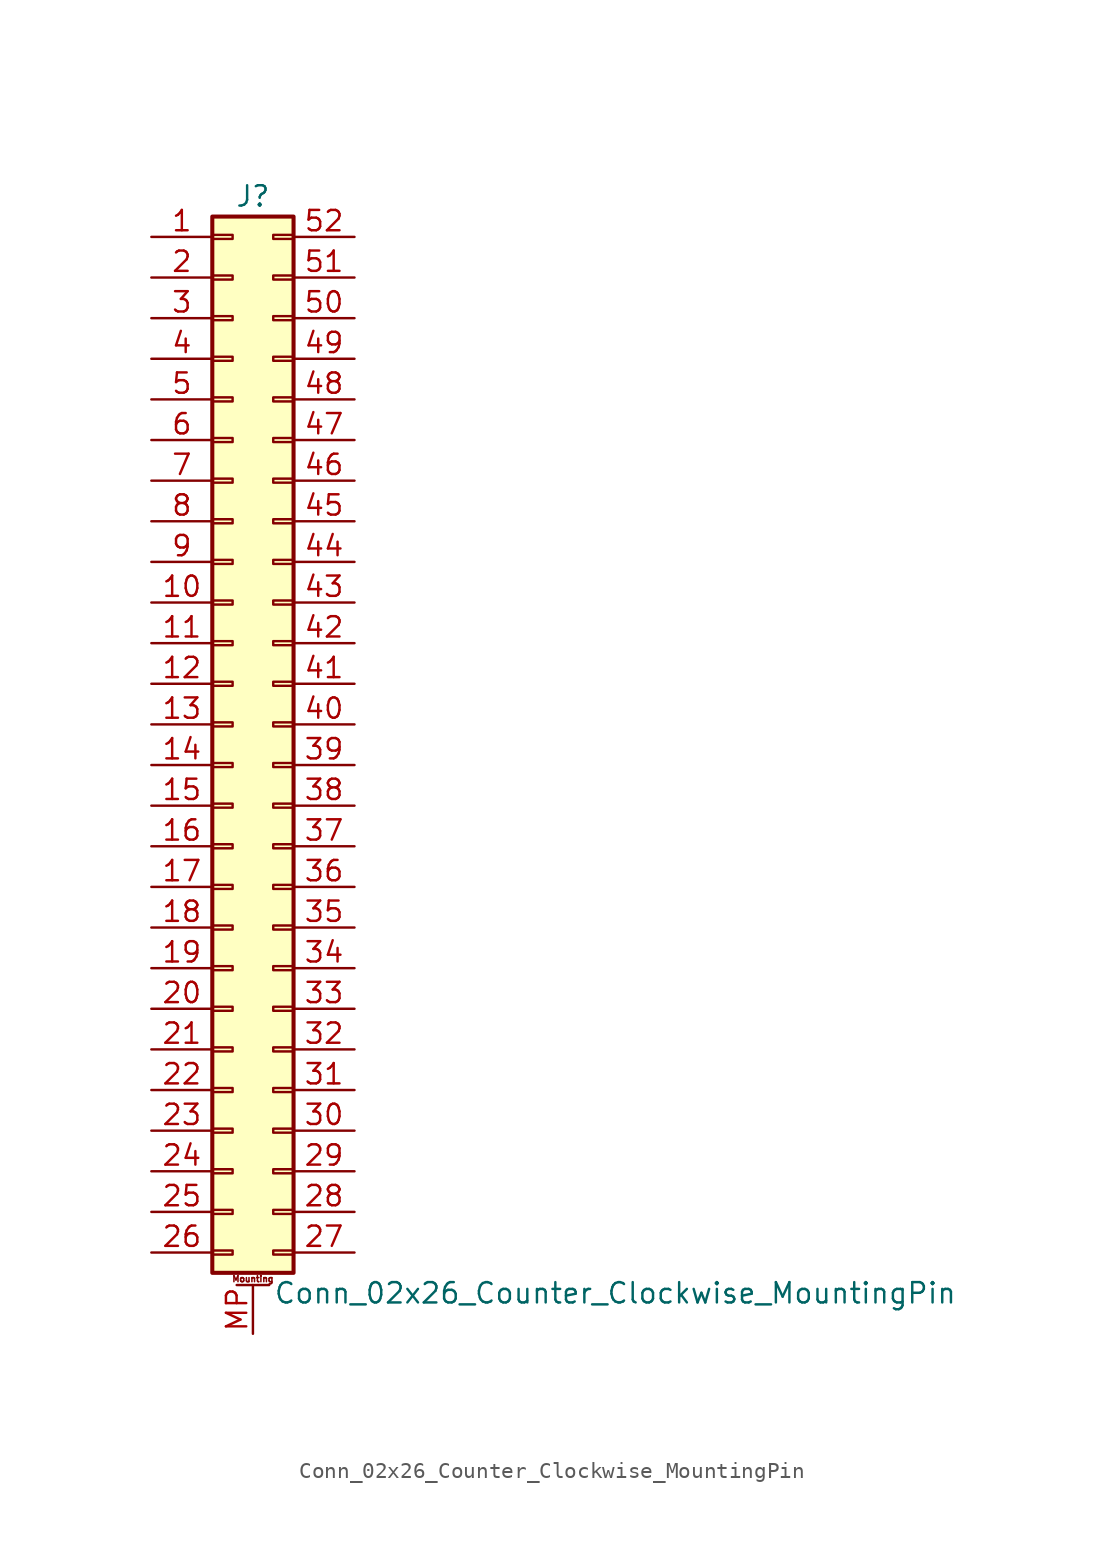
<source format=kicad_sym>
(kicad_symbol_lib
  (version 20201005)
  (generator kicad_symbol_editor)
  (symbol "Conn_02x26_Counter_Clockwise_MountingPin"
    (pin_names
      (offset 1.016) hide)
    (property "Reference" "J"
      (at 1.27 33.02 0)
      (effects (font (size 1.27 1.27))))
    (property "Value" "Conn_02x26_Counter_Clockwise_MountingPin"
      (at 2.54 -35.56 0)
      (effects (font (size 1.27 1.27)) (justify left)))
    (symbol "Conn_02x26_Counter_Clockwise_MountingPin_1_1"
      (text "Mounting" (at 1.27 -34.671 0) (effects (font (size 0.381 0.381))))
      (rectangle (start -1.27 -32.893) (end 0 -33.147) (stroke (width 0.152)) (fill (type none)))
      (rectangle (start -1.27 -30.353) (end 0 -30.607) (stroke (width 0.152)) (fill (type none)))
      (rectangle (start -1.27 -27.813) (end 0 -28.067) (stroke (width 0.152)) (fill (type none)))
      (rectangle (start -1.27 -25.273) (end 0 -25.527) (stroke (width 0.152)) (fill (type none)))
      (rectangle (start -1.27 -22.733) (end 0 -22.987) (stroke (width 0.152)) (fill (type none)))
      (rectangle (start -1.27 -20.193) (end 0 -20.447) (stroke (width 0.152)) (fill (type none)))
      (rectangle (start -1.27 -17.653) (end 0 -17.907) (stroke (width 0.152)) (fill (type none)))
      (rectangle (start -1.27 -15.113) (end 0 -15.367) (stroke (width 0.152)) (fill (type none)))
      (rectangle (start -1.27 -12.573) (end 0 -12.827) (stroke (width 0.152)) (fill (type none)))
      (rectangle (start -1.27 -10.033) (end 0 -10.287) (stroke (width 0.152)) (fill (type none)))
      (rectangle (start -1.27 -7.493) (end 0 -7.747) (stroke (width 0.152)) (fill (type none)))
      (rectangle (start -1.27 -4.953) (end 0 -5.207) (stroke (width 0.152)) (fill (type none)))
      (rectangle (start -1.27 -2.413) (end 0 -2.667) (stroke (width 0.152)) (fill (type none)))
      (rectangle (start -1.27 0.127) (end 0 -0.127) (stroke (width 0.152)) (fill (type none)))
      (rectangle (start -1.27 2.667) (end 0 2.413) (stroke (width 0.152)) (fill (type none)))
      (rectangle (start -1.27 5.207) (end 0 4.953) (stroke (width 0.152)) (fill (type none)))
      (rectangle (start -1.27 7.747) (end 0 7.493) (stroke (width 0.152)) (fill (type none)))
      (rectangle (start -1.27 10.287) (end 0 10.033) (stroke (width 0.152)) (fill (type none)))
      (rectangle (start -1.27 12.827) (end 0 12.573) (stroke (width 0.152)) (fill (type none)))
      (rectangle (start -1.27 15.367) (end 0 15.113) (stroke (width 0.152)) (fill (type none)))
      (rectangle (start -1.27 17.907) (end 0 17.653) (stroke (width 0.152)) (fill (type none)))
      (rectangle (start -1.27 20.447) (end 0 20.193) (stroke (width 0.152)) (fill (type none)))
      (rectangle (start -1.27 22.987) (end 0 22.733) (stroke (width 0.152)) (fill (type none)))
      (rectangle (start -1.27 25.527) (end 0 25.273) (stroke (width 0.152)) (fill (type none)))
      (rectangle (start -1.27 28.067) (end 0 27.813) (stroke (width 0.152)) (fill (type none)))
      (rectangle (start -1.27 30.607) (end 0 30.353) (stroke (width 0.152)) (fill (type none)))
      (rectangle (start -1.27 31.75) (end 3.81 -34.29) (stroke (width 0.254)) (fill (type background)))
      (rectangle (start 3.81 -32.893) (end 2.54 -33.147) (stroke (width 0.152)) (fill (type none)))
      (rectangle (start 3.81 -30.353) (end 2.54 -30.607) (stroke (width 0.152)) (fill (type none)))
      (rectangle (start 3.81 -27.813) (end 2.54 -28.067) (stroke (width 0.152)) (fill (type none)))
      (rectangle (start 3.81 -25.273) (end 2.54 -25.527) (stroke (width 0.152)) (fill (type none)))
      (rectangle (start 3.81 -22.733) (end 2.54 -22.987) (stroke (width 0.152)) (fill (type none)))
      (rectangle (start 3.81 -20.193) (end 2.54 -20.447) (stroke (width 0.152)) (fill (type none)))
      (rectangle (start 3.81 -17.653) (end 2.54 -17.907) (stroke (width 0.152)) (fill (type none)))
      (rectangle (start 3.81 -15.113) (end 2.54 -15.367) (stroke (width 0.152)) (fill (type none)))
      (rectangle (start 3.81 -12.573) (end 2.54 -12.827) (stroke (width 0.152)) (fill (type none)))
      (rectangle (start 3.81 -10.033) (end 2.54 -10.287) (stroke (width 0.152)) (fill (type none)))
      (rectangle (start 3.81 -7.493) (end 2.54 -7.747) (stroke (width 0.152)) (fill (type none)))
      (rectangle (start 3.81 -4.953) (end 2.54 -5.207) (stroke (width 0.152)) (fill (type none)))
      (rectangle (start 3.81 -2.413) (end 2.54 -2.667) (stroke (width 0.152)) (fill (type none)))
      (rectangle (start 3.81 0.127) (end 2.54 -0.127) (stroke (width 0.152)) (fill (type none)))
      (rectangle (start 3.81 2.667) (end 2.54 2.413) (stroke (width 0.152)) (fill (type none)))
      (rectangle (start 3.81 5.207) (end 2.54 4.953) (stroke (width 0.152)) (fill (type none)))
      (rectangle (start 3.81 7.747) (end 2.54 7.493) (stroke (width 0.152)) (fill (type none)))
      (rectangle (start 3.81 10.287) (end 2.54 10.033) (stroke (width 0.152)) (fill (type none)))
      (rectangle (start 3.81 12.827) (end 2.54 12.573) (stroke (width 0.152)) (fill (type none)))
      (rectangle (start 3.81 15.367) (end 2.54 15.113) (stroke (width 0.152)) (fill (type none)))
      (rectangle (start 3.81 17.907) (end 2.54 17.653) (stroke (width 0.152)) (fill (type none)))
      (rectangle (start 3.81 20.447) (end 2.54 20.193) (stroke (width 0.152)) (fill (type none)))
      (rectangle (start 3.81 22.987) (end 2.54 22.733) (stroke (width 0.152)) (fill (type none)))
      (rectangle (start 3.81 25.527) (end 2.54 25.273) (stroke (width 0.152)) (fill (type none)))
      (rectangle (start 3.81 28.067) (end 2.54 27.813) (stroke (width 0.152)) (fill (type none)))
      (rectangle (start 3.81 30.607) (end 2.54 30.353) (stroke (width 0.152)) (fill (type none)))
      (polyline (pts (xy 0.254 -35.052) (xy 2.286 -35.052)) (stroke (width 0.152)) (fill (type none)))
      (pin passive line (at -5.08 30.48 0) (length 3.81) (name "Pin_1" (effects (font (size 1.27 1.27)))) (number "1" (effects (font (size 1.27 1.27)))))
      (pin passive line (at -5.08 7.62 0) (length 3.81) (name "Pin_10" (effects (font (size 1.27 1.27)))) (number "10" (effects (font (size 1.27 1.27)))))
      (pin passive line (at -5.08 5.08 0) (length 3.81) (name "Pin_11" (effects (font (size 1.27 1.27)))) (number "11" (effects (font (size 1.27 1.27)))))
      (pin passive line (at -5.08 2.54 0) (length 3.81) (name "Pin_12" (effects (font (size 1.27 1.27)))) (number "12" (effects (font (size 1.27 1.27)))))
      (pin passive line (at -5.08 0 0) (length 3.81) (name "Pin_13" (effects (font (size 1.27 1.27)))) (number "13" (effects (font (size 1.27 1.27)))))
      (pin passive line (at -5.08 -2.54 0) (length 3.81) (name "Pin_14" (effects (font (size 1.27 1.27)))) (number "14" (effects (font (size 1.27 1.27)))))
      (pin passive line (at -5.08 -5.08 0) (length 3.81) (name "Pin_15" (effects (font (size 1.27 1.27)))) (number "15" (effects (font (size 1.27 1.27)))))
      (pin passive line (at -5.08 -7.62 0) (length 3.81) (name "Pin_16" (effects (font (size 1.27 1.27)))) (number "16" (effects (font (size 1.27 1.27)))))
      (pin passive line (at -5.08 -10.16 0) (length 3.81) (name "Pin_17" (effects (font (size 1.27 1.27)))) (number "17" (effects (font (size 1.27 1.27)))))
      (pin passive line (at -5.08 -12.7 0) (length 3.81) (name "Pin_18" (effects (font (size 1.27 1.27)))) (number "18" (effects (font (size 1.27 1.27)))))
      (pin passive line (at -5.08 -15.24 0) (length 3.81) (name "Pin_19" (effects (font (size 1.27 1.27)))) (number "19" (effects (font (size 1.27 1.27)))))
      (pin passive line (at -5.08 27.94 0) (length 3.81) (name "Pin_2" (effects (font (size 1.27 1.27)))) (number "2" (effects (font (size 1.27 1.27)))))
      (pin passive line (at -5.08 -17.78 0) (length 3.81) (name "Pin_20" (effects (font (size 1.27 1.27)))) (number "20" (effects (font (size 1.27 1.27)))))
      (pin passive line (at -5.08 -20.32 0) (length 3.81) (name "Pin_21" (effects (font (size 1.27 1.27)))) (number "21" (effects (font (size 1.27 1.27)))))
      (pin passive line (at -5.08 -22.86 0) (length 3.81) (name "Pin_22" (effects (font (size 1.27 1.27)))) (number "22" (effects (font (size 1.27 1.27)))))
      (pin passive line (at -5.08 -25.4 0) (length 3.81) (name "Pin_23" (effects (font (size 1.27 1.27)))) (number "23" (effects (font (size 1.27 1.27)))))
      (pin passive line (at -5.08 -27.94 0) (length 3.81) (name "Pin_24" (effects (font (size 1.27 1.27)))) (number "24" (effects (font (size 1.27 1.27)))))
      (pin passive line (at -5.08 -30.48 0) (length 3.81) (name "Pin_25" (effects (font (size 1.27 1.27)))) (number "25" (effects (font (size 1.27 1.27)))))
      (pin passive line (at -5.08 -33.02 0) (length 3.81) (name "Pin_26" (effects (font (size 1.27 1.27)))) (number "26" (effects (font (size 1.27 1.27)))))
      (pin passive line (at 7.62 -33.02 180) (length 3.81) (name "Pin_27" (effects (font (size 1.27 1.27)))) (number "27" (effects (font (size 1.27 1.27)))))
      (pin passive line (at 7.62 -30.48 180) (length 3.81) (name "Pin_28" (effects (font (size 1.27 1.27)))) (number "28" (effects (font (size 1.27 1.27)))))
      (pin passive line (at 7.62 -27.94 180) (length 3.81) (name "Pin_29" (effects (font (size 1.27 1.27)))) (number "29" (effects (font (size 1.27 1.27)))))
      (pin passive line (at -5.08 25.4 0) (length 3.81) (name "Pin_3" (effects (font (size 1.27 1.27)))) (number "3" (effects (font (size 1.27 1.27)))))
      (pin passive line (at 7.62 -25.4 180) (length 3.81) (name "Pin_30" (effects (font (size 1.27 1.27)))) (number "30" (effects (font (size 1.27 1.27)))))
      (pin passive line (at 7.62 -22.86 180) (length 3.81) (name "Pin_31" (effects (font (size 1.27 1.27)))) (number "31" (effects (font (size 1.27 1.27)))))
      (pin passive line (at 7.62 -20.32 180) (length 3.81) (name "Pin_32" (effects (font (size 1.27 1.27)))) (number "32" (effects (font (size 1.27 1.27)))))
      (pin passive line (at 7.62 -17.78 180) (length 3.81) (name "Pin_33" (effects (font (size 1.27 1.27)))) (number "33" (effects (font (size 1.27 1.27)))))
      (pin passive line (at 7.62 -15.24 180) (length 3.81) (name "Pin_34" (effects (font (size 1.27 1.27)))) (number "34" (effects (font (size 1.27 1.27)))))
      (pin passive line (at 7.62 -12.7 180) (length 3.81) (name "Pin_35" (effects (font (size 1.27 1.27)))) (number "35" (effects (font (size 1.27 1.27)))))
      (pin passive line (at 7.62 -10.16 180) (length 3.81) (name "Pin_36" (effects (font (size 1.27 1.27)))) (number "36" (effects (font (size 1.27 1.27)))))
      (pin passive line (at 7.62 -7.62 180) (length 3.81) (name "Pin_37" (effects (font (size 1.27 1.27)))) (number "37" (effects (font (size 1.27 1.27)))))
      (pin passive line (at 7.62 -5.08 180) (length 3.81) (name "Pin_38" (effects (font (size 1.27 1.27)))) (number "38" (effects (font (size 1.27 1.27)))))
      (pin passive line (at 7.62 -2.54 180) (length 3.81) (name "Pin_39" (effects (font (size 1.27 1.27)))) (number "39" (effects (font (size 1.27 1.27)))))
      (pin passive line (at -5.08 22.86 0) (length 3.81) (name "Pin_4" (effects (font (size 1.27 1.27)))) (number "4" (effects (font (size 1.27 1.27)))))
      (pin passive line (at 7.62 0 180) (length 3.81) (name "Pin_40" (effects (font (size 1.27 1.27)))) (number "40" (effects (font (size 1.27 1.27)))))
      (pin passive line (at 7.62 2.54 180) (length 3.81) (name "Pin_41" (effects (font (size 1.27 1.27)))) (number "41" (effects (font (size 1.27 1.27)))))
      (pin passive line (at 7.62 5.08 180) (length 3.81) (name "Pin_42" (effects (font (size 1.27 1.27)))) (number "42" (effects (font (size 1.27 1.27)))))
      (pin passive line (at 7.62 7.62 180) (length 3.81) (name "Pin_43" (effects (font (size 1.27 1.27)))) (number "43" (effects (font (size 1.27 1.27)))))
      (pin passive line (at 7.62 10.16 180) (length 3.81) (name "Pin_44" (effects (font (size 1.27 1.27)))) (number "44" (effects (font (size 1.27 1.27)))))
      (pin passive line (at 7.62 12.7 180) (length 3.81) (name "Pin_45" (effects (font (size 1.27 1.27)))) (number "45" (effects (font (size 1.27 1.27)))))
      (pin passive line (at 7.62 15.24 180) (length 3.81) (name "Pin_46" (effects (font (size 1.27 1.27)))) (number "46" (effects (font (size 1.27 1.27)))))
      (pin passive line (at 7.62 17.78 180) (length 3.81) (name "Pin_47" (effects (font (size 1.27 1.27)))) (number "47" (effects (font (size 1.27 1.27)))))
      (pin passive line (at 7.62 20.32 180) (length 3.81) (name "Pin_48" (effects (font (size 1.27 1.27)))) (number "48" (effects (font (size 1.27 1.27)))))
      (pin passive line (at 7.62 22.86 180) (length 3.81) (name "Pin_49" (effects (font (size 1.27 1.27)))) (number "49" (effects (font (size 1.27 1.27)))))
      (pin passive line (at -5.08 20.32 0) (length 3.81) (name "Pin_5" (effects (font (size 1.27 1.27)))) (number "5" (effects (font (size 1.27 1.27)))))
      (pin passive line (at 7.62 25.4 180) (length 3.81) (name "Pin_50" (effects (font (size 1.27 1.27)))) (number "50" (effects (font (size 1.27 1.27)))))
      (pin passive line (at 7.62 27.94 180) (length 3.81) (name "Pin_51" (effects (font (size 1.27 1.27)))) (number "51" (effects (font (size 1.27 1.27)))))
      (pin passive line (at 7.62 30.48 180) (length 3.81) (name "Pin_52" (effects (font (size 1.27 1.27)))) (number "52" (effects (font (size 1.27 1.27)))))
      (pin passive line (at -5.08 17.78 0) (length 3.81) (name "Pin_6" (effects (font (size 1.27 1.27)))) (number "6" (effects (font (size 1.27 1.27)))))
      (pin passive line (at -5.08 15.24 0) (length 3.81) (name "Pin_7" (effects (font (size 1.27 1.27)))) (number "7" (effects (font (size 1.27 1.27)))))
      (pin passive line (at -5.08 12.7 0) (length 3.81) (name "Pin_8" (effects (font (size 1.27 1.27)))) (number "8" (effects (font (size 1.27 1.27)))))
      (pin passive line (at -5.08 10.16 0) (length 3.81) (name "Pin_9" (effects (font (size 1.27 1.27)))) (number "9" (effects (font (size 1.27 1.27)))))
      (pin passive line (at 1.27 -38.1 90) (length 3.048) (name "MountPin" (effects (font (size 1.27 1.27)))) (number "MP" (effects (font (size 1.27 1.27))))))))
</source>
